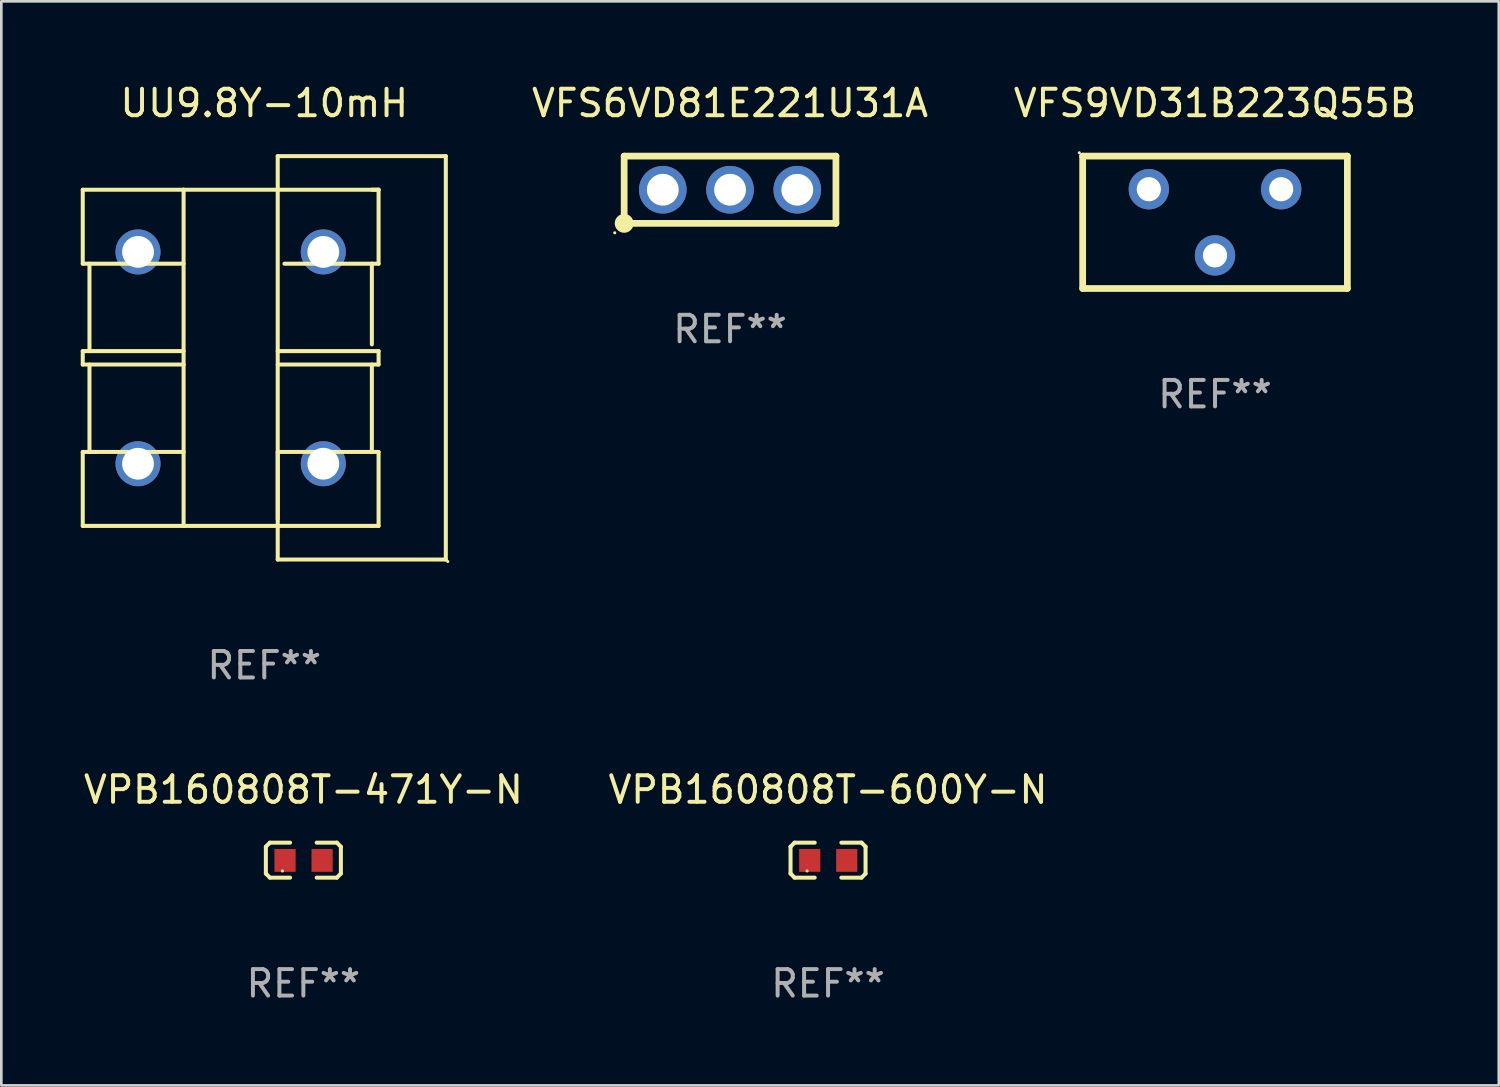
<source format=kicad_pcb>
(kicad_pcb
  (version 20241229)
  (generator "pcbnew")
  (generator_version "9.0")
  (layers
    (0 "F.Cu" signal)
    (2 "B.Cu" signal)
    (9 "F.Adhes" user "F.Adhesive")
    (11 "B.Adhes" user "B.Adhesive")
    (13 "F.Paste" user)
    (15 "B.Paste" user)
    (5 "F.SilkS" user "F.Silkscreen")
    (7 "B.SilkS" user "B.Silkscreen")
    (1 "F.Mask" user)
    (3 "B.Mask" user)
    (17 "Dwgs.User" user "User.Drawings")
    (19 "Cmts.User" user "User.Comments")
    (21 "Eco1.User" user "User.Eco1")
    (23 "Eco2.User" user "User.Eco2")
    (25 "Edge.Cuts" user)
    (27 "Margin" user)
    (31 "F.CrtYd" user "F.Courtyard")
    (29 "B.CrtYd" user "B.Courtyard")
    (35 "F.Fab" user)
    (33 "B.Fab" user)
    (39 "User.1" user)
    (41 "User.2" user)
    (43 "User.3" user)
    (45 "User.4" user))
  (footprint "UU9.8Y-10mH"
    (layer "F.Cu")
    (at 6.934 10.468)
    (property "Reference" "UU9.8Y-10mH" (at 0 -9.62 0) (layer "F.SilkS") (effects (font (size 1 1) (thickness 0.15))))
    (attr through_hole)
    (fp_line (start -6.858 -6.35) (end -3.048 -6.35) (stroke (width 0.152) (type solid)) (layer "F.SilkS"))
    (fp_line (start -6.858 -3.556) (end -6.858 -6.35) (stroke (width 0.152) (type solid)) (layer "F.SilkS"))
    (fp_line (start -6.858 -3.556) (end -3.048 -3.556) (stroke (width 0.152) (type solid)) (layer "F.SilkS"))
    (fp_line (start -6.858 -0.254) (end -6.858 0.254) (stroke (width 0.152) (type solid)) (layer "F.SilkS"))
    (fp_line (start -6.858 0.254) (end -3.048 0.254) (stroke (width 0.152) (type solid)) (layer "F.SilkS"))
    (fp_line (start -6.858 3.556) (end -6.35 3.556) (stroke (width 0.152) (type solid)) (layer "F.SilkS"))
    (fp_line (start -6.858 6.35) (end -6.858 3.556) (stroke (width 0.152) (type solid)) (layer "F.SilkS"))
    (fp_line (start -6.858 6.35) (end -3.048 6.35) (stroke (width 0.152) (type solid)) (layer "F.SilkS"))
    (fp_line (start -6.604 -3.556) (end -6.604 -0.254) (stroke (width 0.152) (type solid)) (layer "F.SilkS"))
    (fp_line (start -6.604 0.254) (end -6.604 3.556) (stroke (width 0.152) (type solid)) (layer "F.SilkS"))
    (fp_line (start -3.048 -6.35) (end -3.048 6.35) (stroke (width 0.152) (type solid)) (layer "F.SilkS"))
    (fp_line (start -3.048 -0.254) (end -6.858 -0.254) (stroke (width 0.152) (type solid)) (layer "F.SilkS"))
    (fp_line (start -3.048 0.254) (end -3.048 0.254) (stroke (width 0.152) (type solid)) (layer "F.SilkS"))
    (fp_line (start -3.048 3.556) (end -6.604 3.556) (stroke (width 0.152) (type solid)) (layer "F.SilkS"))
    (fp_line (start -3.048 6.35) (end 0.508 6.35) (stroke (width 0.152) (type solid)) (layer "F.SilkS"))
    (fp_line (start 0.508 -7.62) (end 0.508 -6.35) (stroke (width 0.152) (type solid)) (layer "F.SilkS"))
    (fp_line (start 0.508 -6.35) (end -3.048 -6.35) (stroke (width 0.152) (type solid)) (layer "F.SilkS"))
    (fp_line (start 0.508 -6.35) (end 4.318 -6.35) (stroke (width 0.152) (type solid)) (layer "F.SilkS"))
    (fp_line (start 0.508 -0.254) (end 4.318 -0.254) (stroke (width 0.152) (type solid)) (layer "F.SilkS"))
    (fp_line (start 0.508 3.556) (end 0.508 6.096) (stroke (width 0.152) (type solid)) (layer "F.SilkS"))
    (fp_line (start 0.508 6.35) (end 0.508 -6.35) (stroke (width 0.152) (type solid)) (layer "F.SilkS"))
    (fp_line (start 0.508 6.35) (end 4.064 6.35) (stroke (width 0.152) (type solid)) (layer "F.SilkS"))
    (fp_line (start 0.508 7.62) (end 0.508 6.35) (stroke (width 0.152) (type solid)) (layer "F.SilkS"))
    (fp_line (start 0.508 7.62) (end 6.858 7.62) (stroke (width 0.152) (type solid)) (layer "F.SilkS"))
    (fp_line (start 4.064 -3.556) (end 4.064 -0.508) (stroke (width 0.152) (type solid)) (layer "F.SilkS"))
    (fp_line (start 4.064 0.254) (end 4.064 3.556) (stroke (width 0.152) (type solid)) (layer "F.SilkS"))
    (fp_line (start 4.064 6.35) (end 4.318 6.35) (stroke (width 0.152) (type solid)) (layer "F.SilkS"))
    (fp_line (start 4.318 -6.35) (end 4.064 -6.35) (stroke (width 0.152) (type solid)) (layer "F.SilkS"))
    (fp_line (start 4.318 -3.556) (end 0.762 -3.556) (stroke (width 0.152) (type solid)) (layer "F.SilkS"))
    (fp_line (start 4.318 -3.556) (end 4.318 -6.35) (stroke (width 0.152) (type solid)) (layer "F.SilkS"))
    (fp_line (start 4.318 -0.254) (end 4.318 0.254) (stroke (width 0.152) (type solid)) (layer "F.SilkS"))
    (fp_line (start 4.318 0.254) (end 0.508 0.254) (stroke (width 0.152) (type solid)) (layer "F.SilkS"))
    (fp_line (start 4.318 3.556) (end 0.508 3.556) (stroke (width 0.152) (type solid)) (layer "F.SilkS"))
    (fp_line (start 4.318 6.35) (end 4.318 3.556) (stroke (width 0.152) (type solid)) (layer "F.SilkS"))
    (fp_line (start 6.858 -7.62) (end 0.508 -7.62) (stroke (width 0.152) (type solid)) (layer "F.SilkS"))
    (fp_line (start 6.858 7.62) (end 6.858 -7.62) (stroke (width 0.152) (type solid)) (layer "F.SilkS"))
    (fp_circle (center 6.934 7.696) (end 6.964 7.696) (stroke (width 0.06) (type solid)) (fill no) (layer "F.SilkS"))
    (fp_text user "REF**" (at 0 11.62 0) (layer "F.Fab") (effects (font (size 1 1) (thickness 0.15))))
    (pad "1" thru_hole circle (at 2.23 4.001) (size 1.7 1.7) (drill 1.2) (layers "*.Cu" "*.Mask"))
    (pad "2" thru_hole circle (at -4.77 4.001) (size 1.7 1.7) (drill 1.2) (layers "*.Cu" "*.Mask"))
    (pad "3" thru_hole circle (at -4.77 -4.001) (size 1.7 1.7) (drill 1.2) (layers "*.Cu" "*.Mask"))
    (pad "4" thru_hole circle (at 2.23 -4.001) (size 1.7 1.7) (drill 1.2) (layers "*.Cu" "*.Mask")))
  (footprint "VFS6VD81E221U31A"
    (layer "F.Cu")
    (at 24.53 4.118)
    (property "Reference" "VFS6VD81E221U31A" (at 0 -3.27 0) (layer "F.SilkS") (effects (font (size 1 1) (thickness 0.15))))
    (attr through_hole)
    (fp_line (start -4 -1.27) (end 4 -1.27) (stroke (width 0.254) (type solid)) (layer "F.SilkS"))
    (fp_line (start -4 1.27) (end -4 -1.27) (stroke (width 0.254) (type solid)) (layer "F.SilkS"))
    (fp_line (start 4 -1.27) (end 4 1.27) (stroke (width 0.254) (type solid)) (layer "F.SilkS"))
    (fp_line (start 4 1.27) (end -4 1.27) (stroke (width 0.254) (type solid)) (layer "F.SilkS"))
    (fp_circle (center -4.356 1.626) (end -4.326 1.626) (stroke (width 0.06) (type solid)) (fill no) (layer "F.SilkS"))
    (fp_circle (center -4 1.27) (end -3.771 1.27) (stroke (width 0.254) (type solid)) (fill no) (layer "F.SilkS"))
    (fp_text user "REF**" (at 0 5.27 0) (layer "F.Fab") (effects (font (size 1 1) (thickness 0.15))))
    (pad "1" thru_hole circle (at -2.54 0) (size 1.8 1.8) (drill 1.2) (layers "*.Cu" "*.Mask"))
    (pad "2" thru_hole circle (at 0 0) (size 1.8 1.8) (drill 1.2) (layers "*.Cu" "*.Mask"))
    (pad "3" thru_hole circle (at 2.54 0) (size 1.8 1.8) (drill 1.2) (layers "*.Cu" "*.Mask")))
  (footprint "VPB160808T-600Y-N"
    (layer "F.Cu")
    (at 28.232 29.445)
    (property "Reference" "VPB160808T-600Y-N" (at 0 -2.661 0) (layer "F.SilkS") (effects (font (size 1 1) (thickness 0.15))))
    (attr through_hole)
    (fp_line (start -1.417 -0.508) (end -1.265 -0.661) (stroke (width 0.152) (type solid)) (layer "F.SilkS"))
    (fp_line (start -1.417 0.508) (end -1.417 -0.508) (stroke (width 0.152) (type solid)) (layer "F.SilkS"))
    (fp_line (start -1.265 -0.661) (end -0.503 -0.661) (stroke (width 0.152) (type solid)) (layer "F.SilkS"))
    (fp_line (start -1.265 0.661) (end -1.417 0.508) (stroke (width 0.152) (type solid)) (layer "F.SilkS"))
    (fp_line (start -1.265 0.661) (end -0.503 0.661) (stroke (width 0.152) (type solid)) (layer "F.SilkS"))
    (fp_line (start 1.265 -0.661) (end 0.503 -0.661) (stroke (width 0.152) (type solid)) (layer "F.SilkS"))
    (fp_line (start 1.265 -0.661) (end 1.417 -0.508) (stroke (width 0.152) (type solid)) (layer "F.SilkS"))
    (fp_line (start 1.265 0.661) (end 0.503 0.661) (stroke (width 0.152) (type solid)) (layer "F.SilkS"))
    (fp_line (start 1.417 -0.508) (end 1.417 0.508) (stroke (width 0.152) (type solid)) (layer "F.SilkS"))
    (fp_line (start 1.417 0.508) (end 1.265 0.661) (stroke (width 0.152) (type solid)) (layer "F.SilkS"))
    (fp_circle (center -0.793 0.409) (end -0.763 0.409) (stroke (width 0.06) (type solid)) (fill no) (layer "F.SilkS"))
    (fp_text user "REF**" (at 0 4.661 0) (layer "F.Fab") (effects (font (size 1 1) (thickness 0.15))))
    (pad "1" smd rect (at -0.693 0.009 180) (size 0.8 0.864) (layers "F.Cu" "F.Mask" "F.Paste"))
    (pad "2" smd rect (at 0.707 0.009 180) (size 0.8 0.864) (layers "F.Cu" "F.Mask" "F.Paste")))
  (footprint "VFS9VD31B223Q55B"
    (layer "F.Cu")
    (at 42.851 5.348)
    (property "Reference" "VFS9VD31B223Q55B" (at 0 -4.5 0) (layer "F.SilkS") (effects (font (size 1 1) (thickness 0.15))))
    (attr through_hole)
    (fp_line (start -5 -2.5) (end -5 2.5) (stroke (width 0.254) (type solid)) (layer "F.SilkS"))
    (fp_line (start -5 2.5) (end 5 2.5) (stroke (width 0.254) (type solid)) (layer "F.SilkS"))
    (fp_line (start 5 -2.5) (end -5 -2.5) (stroke (width 0.254) (type solid)) (layer "F.SilkS"))
    (fp_line (start 5 2.5) (end 5 -2.5) (stroke (width 0.254) (type solid)) (layer "F.SilkS"))
    (fp_circle (center -5.127 -2.627) (end -5.097 -2.627) (stroke (width 0.06) (type solid)) (fill no) (layer "F.SilkS"))
    (fp_text user "REF**" (at 0 6.5 0) (layer "F.Fab") (effects (font (size 1 1) (thickness 0.15))))
    (pad "1" thru_hole circle (at -2.5 -1.25) (size 1.524 1.524) (drill 0.914) (layers "*.Cu" "*.Mask"))
    (pad "2" thru_hole circle (at 0 1.25) (size 1.524 1.524) (drill 0.914) (layers "*.Cu" "*.Mask"))
    (pad "3" thru_hole circle (at 2.5 -1.25) (size 1.524 1.524) (drill 0.914) (layers "*.Cu" "*.Mask")))
  (footprint "VPB160808T-471Y-N"
    (layer "F.Cu")
    (at 8.411 29.445)
    (property "Reference" "VPB160808T-471Y-N" (at 0 -2.661 0) (layer "F.SilkS") (effects (font (size 1 1) (thickness 0.15))))
    (attr through_hole)
    (fp_line (start -1.417 -0.508) (end -1.265 -0.661) (stroke (width 0.152) (type solid)) (layer "F.SilkS"))
    (fp_line (start -1.417 0.508) (end -1.417 -0.508) (stroke (width 0.152) (type solid)) (layer "F.SilkS"))
    (fp_line (start -1.265 -0.661) (end -0.503 -0.661) (stroke (width 0.152) (type solid)) (layer "F.SilkS"))
    (fp_line (start -1.265 0.661) (end -1.417 0.508) (stroke (width 0.152) (type solid)) (layer "F.SilkS"))
    (fp_line (start -1.265 0.661) (end -0.503 0.661) (stroke (width 0.152) (type solid)) (layer "F.SilkS"))
    (fp_line (start 1.265 -0.661) (end 0.503 -0.661) (stroke (width 0.152) (type solid)) (layer "F.SilkS"))
    (fp_line (start 1.265 -0.661) (end 1.417 -0.508) (stroke (width 0.152) (type solid)) (layer "F.SilkS"))
    (fp_line (start 1.265 0.661) (end 0.503 0.661) (stroke (width 0.152) (type solid)) (layer "F.SilkS"))
    (fp_line (start 1.417 -0.508) (end 1.417 0.508) (stroke (width 0.152) (type solid)) (layer "F.SilkS"))
    (fp_line (start 1.417 0.508) (end 1.265 0.661) (stroke (width 0.152) (type solid)) (layer "F.SilkS"))
    (fp_circle (center -0.793 0.409) (end -0.763 0.409) (stroke (width 0.06) (type solid)) (fill no) (layer "F.SilkS"))
    (fp_text user "REF**" (at 0 4.661 0) (layer "F.Fab") (effects (font (size 1 1) (thickness 0.15))))
    (pad "1" smd rect (at -0.693 0.009 180) (size 0.8 0.864) (layers "F.Cu" "F.Mask" "F.Paste"))
    (pad "2" smd rect (at 0.707 0.009 180) (size 0.8 0.864) (layers "F.Cu" "F.Mask" "F.Paste")))
  (gr_rect
    (start -3 -3)
    (end 53.571 37.954)
    (stroke (width 0.1) (type default))
    (fill no)
    (layer "Edge.Cuts")))
</source>
